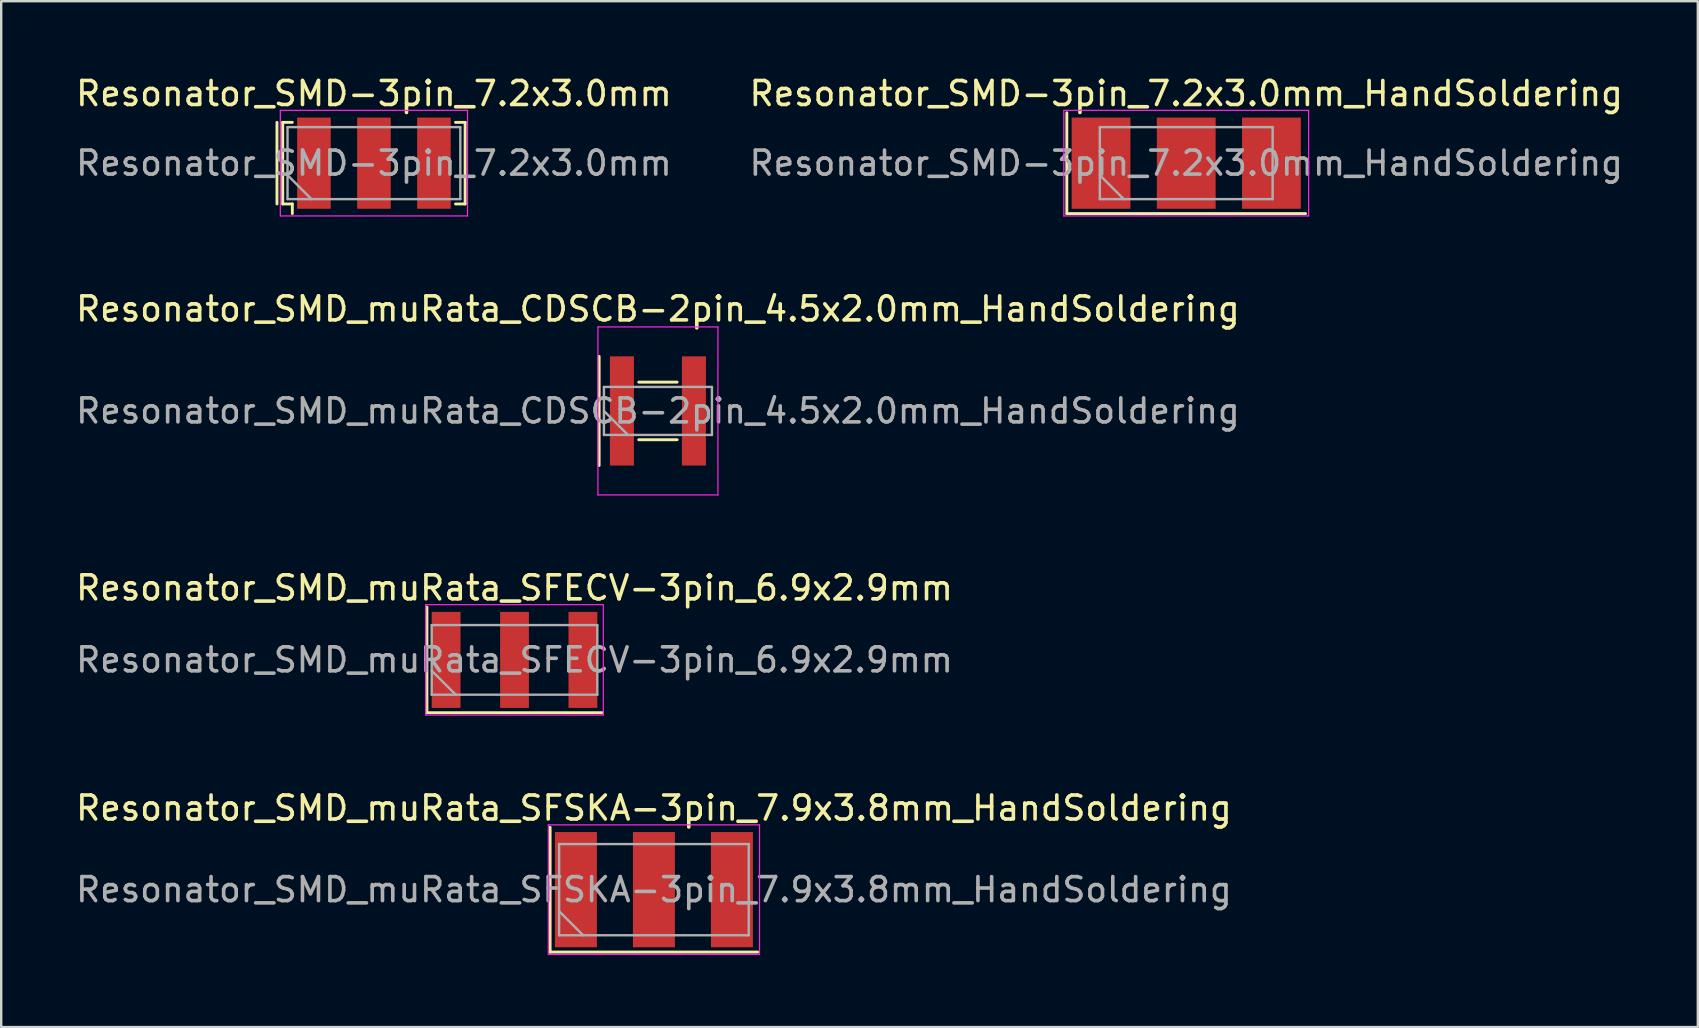
<source format=kicad_pcb>
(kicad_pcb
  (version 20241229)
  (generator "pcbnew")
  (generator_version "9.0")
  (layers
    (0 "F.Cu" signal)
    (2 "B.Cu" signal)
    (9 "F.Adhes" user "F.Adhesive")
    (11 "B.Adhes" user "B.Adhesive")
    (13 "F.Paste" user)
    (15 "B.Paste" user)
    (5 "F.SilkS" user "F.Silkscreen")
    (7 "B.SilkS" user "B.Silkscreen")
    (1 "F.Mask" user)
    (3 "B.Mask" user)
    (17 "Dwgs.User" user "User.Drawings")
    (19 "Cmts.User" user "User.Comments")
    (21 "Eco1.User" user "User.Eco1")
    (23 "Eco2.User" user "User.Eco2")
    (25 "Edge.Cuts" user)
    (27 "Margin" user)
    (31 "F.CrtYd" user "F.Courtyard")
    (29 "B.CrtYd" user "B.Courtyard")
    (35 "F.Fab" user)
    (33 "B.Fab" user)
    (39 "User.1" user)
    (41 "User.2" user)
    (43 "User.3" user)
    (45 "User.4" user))
  (footprint "Resonator_SMD_muRata_SFSKA-3pin_7.9x3.8mm_HandSoldering"
    (layer "F.Cu")
    (at 24.196 34.018)
    (property "Reference" "Resonator_SMD_muRata_SFSKA-3pin_7.9x3.8mm_HandSoldering" (at 0 -3.4 0) (layer "F.SilkS") (effects (font (size 1 1) (thickness 0.15))))
    (attr smd)
    (fp_line (start -4.325 -2.6) (end -4.325 2.6) (stroke (width 0.12) (type solid)) (layer "F.SilkS"))
    (fp_line (start -4.325 2.6) (end 4.325 2.6) (stroke (width 0.12) (type solid)) (layer "F.SilkS"))
    (fp_line (start -4.4 -2.7) (end -4.4 2.7) (stroke (width 0.05) (type solid)) (layer "F.CrtYd"))
    (fp_line (start -4.4 2.7) (end 4.4 2.7) (stroke (width 0.05) (type solid)) (layer "F.CrtYd"))
    (fp_line (start 4.4 -2.7) (end -4.4 -2.7) (stroke (width 0.05) (type solid)) (layer "F.CrtYd"))
    (fp_line (start 4.4 2.7) (end 4.4 -2.7) (stroke (width 0.05) (type solid)) (layer "F.CrtYd"))
    (fp_line (start -3.95 -1.9) (end -3.95 1.9) (stroke (width 0.1) (type solid)) (layer "F.Fab"))
    (fp_line (start -3.95 0.9) (end -2.95 1.9) (stroke (width 0.1) (type solid)) (layer "F.Fab"))
    (fp_line (start -3.95 1.9) (end 3.95 1.9) (stroke (width 0.1) (type solid)) (layer "F.Fab"))
    (fp_line (start 3.95 -1.9) (end -3.95 -1.9) (stroke (width 0.1) (type solid)) (layer "F.Fab"))
    (fp_line (start 3.95 1.9) (end 3.95 -1.9) (stroke (width 0.1) (type solid)) (layer "F.Fab"))
    (fp_text user "${REFERENCE}" (at 0 0 0) (layer "F.Fab") (effects (font (size 1 1) (thickness 0.15))))
    (pad "1" smd rect (at -3.25 0) (size 1.75 4.8) (layers "F.Cu" "F.Mask" "F.Paste"))
    (pad "2" smd rect (at 0 0) (size 1.75 4.8) (layers "F.Cu" "F.Mask" "F.Paste"))
    (pad "3" smd rect (at 3.25 0) (size 1.75 4.8) (layers "F.Cu" "F.Mask" "F.Paste")))
  (footprint "Resonator_SMD_muRata_CDSCB-2pin_4.5x2.0mm_HandSoldering"
    (layer "F.Cu")
    (at 24.363 14.072)
    (property "Reference" "Resonator_SMD_muRata_CDSCB-2pin_4.5x2.0mm_HandSoldering" (at 0 -4.25 0) (layer "F.SilkS") (effects (font (size 1 1) (thickness 0.15))))
    (attr smd)
    (fp_line (start -2.45 -2.275) (end -2.45 2.275) (stroke (width 0.12) (type solid)) (layer "F.SilkS"))
    (fp_line (start -0.8 -1.2) (end 0.8 -1.2) (stroke (width 0.12) (type solid)) (layer "F.SilkS"))
    (fp_line (start -0.8 1.2) (end 0.8 1.2) (stroke (width 0.12) (type solid)) (layer "F.SilkS"))
    (fp_line (start -2.5 -3.5) (end -2.5 3.5) (stroke (width 0.05) (type solid)) (layer "F.CrtYd"))
    (fp_line (start -2.5 3.5) (end 2.5 3.5) (stroke (width 0.05) (type solid)) (layer "F.CrtYd"))
    (fp_line (start 2.5 -3.5) (end -2.5 -3.5) (stroke (width 0.05) (type solid)) (layer "F.CrtYd"))
    (fp_line (start 2.5 3.5) (end 2.5 -3.5) (stroke (width 0.05) (type solid)) (layer "F.CrtYd"))
    (fp_line (start -2.25 -1) (end -2.25 1) (stroke (width 0.1) (type solid)) (layer "F.Fab"))
    (fp_line (start -2.25 0) (end -1.25 1) (stroke (width 0.1) (type solid)) (layer "F.Fab"))
    (fp_line (start -2.25 1) (end 2.25 1) (stroke (width 0.1) (type solid)) (layer "F.Fab"))
    (fp_line (start 2.25 -1) (end -2.25 -1) (stroke (width 0.1) (type solid)) (layer "F.Fab"))
    (fp_line (start 2.25 1) (end 2.25 -1) (stroke (width 0.1) (type solid)) (layer "F.Fab"))
    (fp_text user "${REFERENCE}" (at 0 0 0) (layer "F.Fab") (effects (font (size 1 1) (thickness 0.15))))
    (pad "1" smd rect (at -1.5 0) (size 1 4.55) (layers "F.Cu" "F.Mask" "F.Paste"))
    (pad "2" smd rect (at 1.5 0) (size 1 4.55) (layers "F.Cu" "F.Mask" "F.Paste")))
  (footprint "Resonator_SMD-3pin_7.2x3.0mm_HandSoldering"
    (layer "F.Cu")
    (at 46.375 3.748)
    (property "Reference" "Resonator_SMD-3pin_7.2x3.0mm_HandSoldering" (at 0 -2.9 0) (layer "F.SilkS") (effects (font (size 1 1) (thickness 0.15))))
    (attr smd)
    (fp_line (start -4.975 -2.1) (end -4.975 2.1) (stroke (width 0.12) (type solid)) (layer "F.SilkS"))
    (fp_line (start -4.975 2.1) (end 4.975 2.1) (stroke (width 0.12) (type solid)) (layer "F.SilkS"))
    (fp_line (start -5.1 -2.2) (end -5.1 2.2) (stroke (width 0.05) (type solid)) (layer "F.CrtYd"))
    (fp_line (start -5.1 2.2) (end 5.1 2.2) (stroke (width 0.05) (type solid)) (layer "F.CrtYd"))
    (fp_line (start 5.1 -2.2) (end -5.1 -2.2) (stroke (width 0.05) (type solid)) (layer "F.CrtYd"))
    (fp_line (start 5.1 2.2) (end 5.1 -2.2) (stroke (width 0.05) (type solid)) (layer "F.CrtYd"))
    (fp_line (start -3.6 -1.5) (end -3.6 1.5) (stroke (width 0.1) (type solid)) (layer "F.Fab"))
    (fp_line (start -3.6 0.5) (end -2.6 1.5) (stroke (width 0.1) (type solid)) (layer "F.Fab"))
    (fp_line (start -3.6 1.5) (end 3.6 1.5) (stroke (width 0.1) (type solid)) (layer "F.Fab"))
    (fp_line (start 3.6 -1.5) (end -3.6 -1.5) (stroke (width 0.1) (type solid)) (layer "F.Fab"))
    (fp_line (start 3.6 1.5) (end 3.6 -1.5) (stroke (width 0.1) (type solid)) (layer "F.Fab"))
    (fp_text user "${REFERENCE}" (at 0 0 0) (layer "F.Fab") (effects (font (size 1 1) (thickness 0.15))))
    (pad "1" smd rect (at -3.55 0) (size 2.45 3.8) (layers "F.Cu" "F.Mask" "F.Paste"))
    (pad "2" smd rect (at 0 0) (size 2.45 3.8) (layers "F.Cu" "F.Mask" "F.Paste"))
    (pad "3" smd rect (at 3.55 0) (size 2.45 3.8) (layers "F.Cu" "F.Mask" "F.Paste")))
  (footprint "Resonator_SMD_muRata_SFECV-3pin_6.9x2.9mm"
    (layer "F.Cu")
    (at 18.387 24.445)
    (property "Reference" "Resonator_SMD_muRata_SFECV-3pin_6.9x2.9mm" (at 0 -3 0) (layer "F.SilkS") (effects (font (size 1 1) (thickness 0.15))))
    (attr smd)
    (fp_line (start -3.65 -2.2) (end -3.65 2.2) (stroke (width 0.12) (type solid)) (layer "F.SilkS"))
    (fp_line (start -3.65 2.2) (end 3.65 2.2) (stroke (width 0.12) (type solid)) (layer "F.SilkS"))
    (fp_line (start -3.7 -2.3) (end -3.7 2.3) (stroke (width 0.05) (type solid)) (layer "F.CrtYd"))
    (fp_line (start -3.7 2.3) (end 3.7 2.3) (stroke (width 0.05) (type solid)) (layer "F.CrtYd"))
    (fp_line (start 3.7 -2.3) (end -3.7 -2.3) (stroke (width 0.05) (type solid)) (layer "F.CrtYd"))
    (fp_line (start 3.7 2.3) (end 3.7 -2.3) (stroke (width 0.05) (type solid)) (layer "F.CrtYd"))
    (fp_line (start -3.45 -1.45) (end -3.45 1.45) (stroke (width 0.1) (type solid)) (layer "F.Fab"))
    (fp_line (start -3.45 0.45) (end -2.45 1.45) (stroke (width 0.1) (type solid)) (layer "F.Fab"))
    (fp_line (start -3.45 1.45) (end 3.45 1.45) (stroke (width 0.1) (type solid)) (layer "F.Fab"))
    (fp_line (start 3.45 -1.45) (end -3.45 -1.45) (stroke (width 0.1) (type solid)) (layer "F.Fab"))
    (fp_line (start 3.45 1.45) (end 3.45 -1.45) (stroke (width 0.1) (type solid)) (layer "F.Fab"))
    (fp_text user "${REFERENCE}" (at 0 0 0) (layer "F.Fab") (effects (font (size 1 1) (thickness 0.15))))
    (pad "1" smd rect (at -2.85 0) (size 1.2 4) (layers "F.Cu" "F.Mask" "F.Paste"))
    (pad "2" smd rect (at 0 0) (size 1.2 4) (layers "F.Cu" "F.Mask" "F.Paste"))
    (pad "3" smd rect (at 2.85 0) (size 1.2 4) (layers "F.Cu" "F.Mask" "F.Paste")))
  (footprint "Resonator_SMD-3pin_7.2x3.0mm"
    (layer "F.Cu")
    (at 12.53 3.748)
    (property "Reference" "Resonator_SMD-3pin_7.2x3.0mm" (at 0 -2.9 0) (layer "F.SilkS") (effects (font (size 1 1) (thickness 0.15))))
    (attr smd)
    (fp_line (start -4.04 -1.7) (end -4.04 1.7) (stroke (width 0.12) (type solid)) (layer "F.SilkS"))
    (fp_line (start -3.8 -1.7) (end -3.4 -1.7) (stroke (width 0.12) (type solid)) (layer "F.SilkS"))
    (fp_line (start -3.8 1.7) (end -3.8 -1.7) (stroke (width 0.12) (type solid)) (layer "F.SilkS"))
    (fp_line (start -3.4 1.7) (end -3.8 1.7) (stroke (width 0.12) (type solid)) (layer "F.SilkS"))
    (fp_line (start -3.4 2.1) (end -3.4 1.7) (stroke (width 0.12) (type solid)) (layer "F.SilkS"))
    (fp_line (start 3.4 -1.7) (end 3.8 -1.7) (stroke (width 0.12) (type solid)) (layer "F.SilkS"))
    (fp_line (start 3.8 -1.7) (end 3.8 1.7) (stroke (width 0.12) (type solid)) (layer "F.SilkS"))
    (fp_line (start 3.8 1.7) (end 3.4 1.7) (stroke (width 0.12) (type solid)) (layer "F.SilkS"))
    (fp_line (start -3.9 -2.2) (end -3.9 2.2) (stroke (width 0.05) (type solid)) (layer "F.CrtYd"))
    (fp_line (start -3.9 2.2) (end 3.9 2.2) (stroke (width 0.05) (type solid)) (layer "F.CrtYd"))
    (fp_line (start 3.9 -2.2) (end -3.9 -2.2) (stroke (width 0.05) (type solid)) (layer "F.CrtYd"))
    (fp_line (start 3.9 2.2) (end 3.9 -2.2) (stroke (width 0.05) (type solid)) (layer "F.CrtYd"))
    (fp_line (start -3.6 -1.5) (end -3.6 1.5) (stroke (width 0.1) (type solid)) (layer "F.Fab"))
    (fp_line (start -3.6 0.5) (end -2.6 1.5) (stroke (width 0.1) (type solid)) (layer "F.Fab"))
    (fp_line (start -3.6 1.5) (end 3.6 1.5) (stroke (width 0.1) (type solid)) (layer "F.Fab"))
    (fp_line (start 3.6 -1.5) (end -3.6 -1.5) (stroke (width 0.1) (type solid)) (layer "F.Fab"))
    (fp_line (start 3.6 1.5) (end 3.6 -1.5) (stroke (width 0.1) (type solid)) (layer "F.Fab"))
    (fp_text user "${REFERENCE}" (at 0 0 0) (layer "F.Fab") (effects (font (size 1 1) (thickness 0.15))))
    (pad "1" smd rect (at -2.5 0) (size 1.4 3.8) (layers "F.Cu" "F.Mask" "F.Paste"))
    (pad "2" smd rect (at 0 0) (size 1.4 3.8) (layers "F.Cu" "F.Mask" "F.Paste"))
    (pad "3" smd rect (at 2.5 0) (size 1.4 3.8) (layers "F.Cu" "F.Mask" "F.Paste")))
  (gr_rect
    (start -3 -3)
    (end 67.69 39.743)
    (stroke (width 0.1) (type default))
    (fill no)
    (layer "Edge.Cuts")))
</source>
